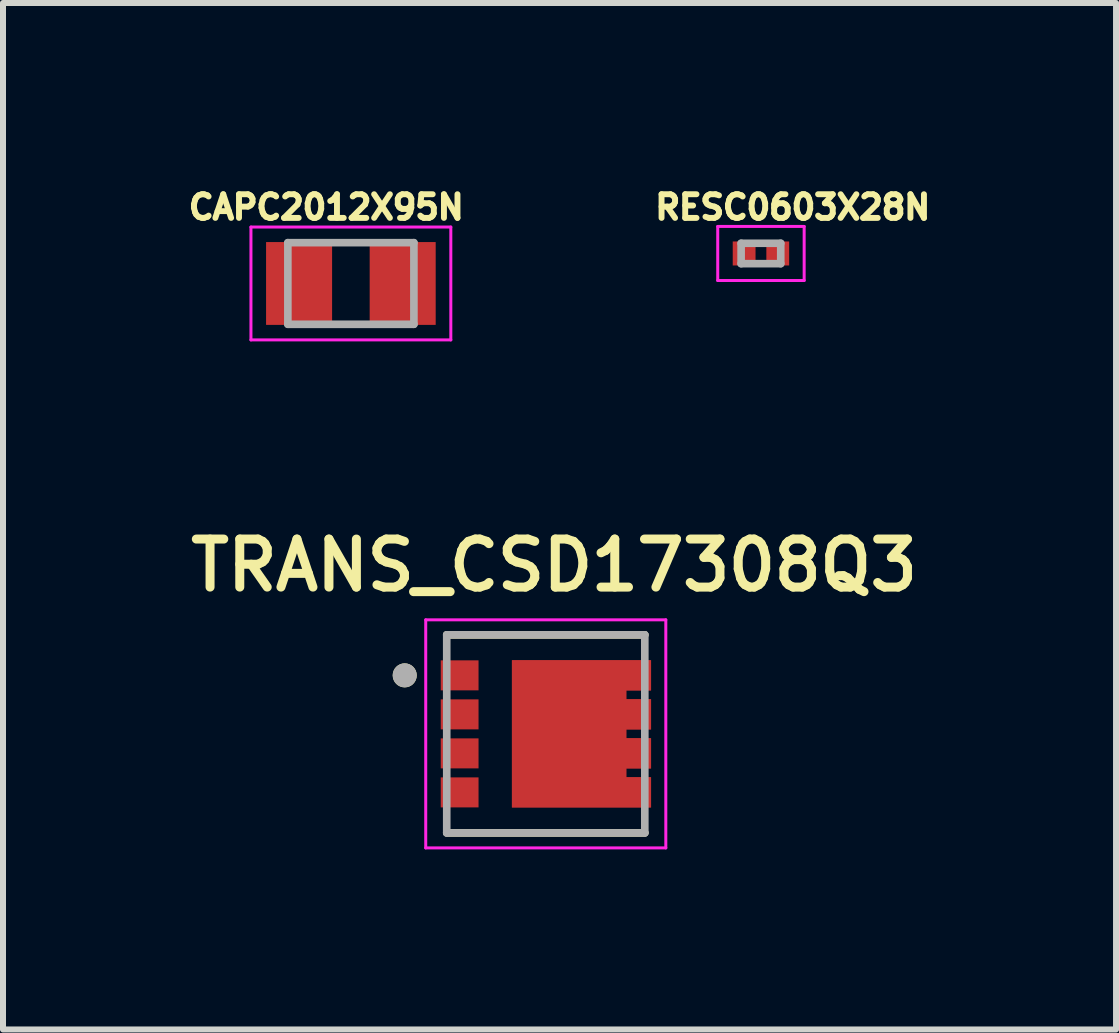
<source format=kicad_pcb>
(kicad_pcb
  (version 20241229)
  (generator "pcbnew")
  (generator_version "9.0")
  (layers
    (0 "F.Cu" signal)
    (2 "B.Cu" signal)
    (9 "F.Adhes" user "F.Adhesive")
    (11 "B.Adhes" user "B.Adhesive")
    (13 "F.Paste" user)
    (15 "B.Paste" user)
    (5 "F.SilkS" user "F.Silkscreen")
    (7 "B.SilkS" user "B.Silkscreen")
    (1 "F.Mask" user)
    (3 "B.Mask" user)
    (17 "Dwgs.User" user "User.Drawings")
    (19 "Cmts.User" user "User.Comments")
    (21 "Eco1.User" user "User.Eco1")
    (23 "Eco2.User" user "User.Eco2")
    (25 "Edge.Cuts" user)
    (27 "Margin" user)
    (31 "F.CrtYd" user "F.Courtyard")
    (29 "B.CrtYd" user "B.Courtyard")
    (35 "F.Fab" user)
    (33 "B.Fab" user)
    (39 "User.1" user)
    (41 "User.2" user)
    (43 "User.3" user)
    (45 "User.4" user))
  (footprint "CAPC2012X95N"
    (layer "F.Cu")
    (at 2.796 1.673)
    (property "Reference" "CAPC2012X95N" (at -0.41 -1.27 0) (layer "F.SilkS") (effects (font (size 0.394 0.394) (thickness 0.15))))
    (attr smd)
    (fp_line (start -1.665 -0.94) (end 1.665 -0.94) (stroke (width 0.05) (type solid)) (layer "F.CrtYd"))
    (fp_line (start -1.665 0.94) (end -1.665 -0.94) (stroke (width 0.05) (type solid)) (layer "F.CrtYd"))
    (fp_line (start -1.665 0.94) (end 1.665 0.94) (stroke (width 0.05) (type solid)) (layer "F.CrtYd"))
    (fp_line (start 1.665 0.94) (end 1.665 -0.94) (stroke (width 0.05) (type solid)) (layer "F.CrtYd"))
    (fp_line (start -1.05 0.68) (end -1.05 -0.68) (stroke (width 0.127) (type solid)) (layer "F.Fab"))
    (fp_line (start 1.05 -0.68) (end -1.05 -0.68) (stroke (width 0.127) (type solid)) (layer "F.Fab"))
    (fp_line (start 1.05 0.68) (end -1.05 0.68) (stroke (width 0.127) (type solid)) (layer "F.Fab"))
    (fp_line (start 1.05 0.68) (end 1.05 -0.68) (stroke (width 0.127) (type solid)) (layer "F.Fab"))
    (pad "1" smd rect (at -0.863 0) (size 1.1 1.38) (layers "F.Cu" "F.Mask" "F.Paste"))
    (pad "2" smd rect (at 0.863 0) (size 1.1 1.38) (layers "F.Cu" "F.Mask" "F.Paste")))
  (footprint "TRANS_CSD17308Q3"
    (layer "F.Cu")
    (at 6.043 9.177)
    (property "Reference" "TRANS_CSD17308Q3" (at 0.14 -2.808 0) (layer "F.SilkS") (effects (font (size 0.8 0.8) (thickness 0.15))))
    (attr smd)
    (fp_poly (pts (xy -1.8 -1.275) (xy -1.07 -1.275) (xy -1.07 -0.675) (xy -1.8 -0.675)) (stroke (width 0.01) (type solid)) (fill yes) (layer "F.Mask"))
    (fp_poly (pts (xy -1.8 -0.625) (xy -1.07 -0.625) (xy -1.07 -0.025) (xy -1.8 -0.025)) (stroke (width 0.01) (type solid)) (fill yes) (layer "F.Mask"))
    (fp_poly (pts (xy -1.8 0.025) (xy -1.07 0.025) (xy -1.07 0.625) (xy -1.8 0.625)) (stroke (width 0.01) (type solid)) (fill yes) (layer "F.Mask"))
    (fp_poly (pts (xy -1.8 0.675) (xy -1.07 0.675) (xy -1.07 1.275) (xy -1.8 1.275)) (stroke (width 0.01) (type solid)) (fill yes) (layer "F.Mask"))
    (fp_poly (pts (xy 1.8 -1.275) (xy 1.8 -0.675) (xy 1.39 -0.675) (xy 1.39 -0.625) (xy 1.8 -0.625) (xy 1.8 -0.025) (xy 1.39 -0.025) (xy 1.39 0.025) (xy 1.8 0.025) (xy 1.8 0.625) (xy 1.39 0.625) (xy 1.39 0.675) (xy 1.8 0.675) (xy 1.8 1.275) (xy -0.61 1.275) (xy -0.61 -1.275)) (stroke (width 0.01) (type solid)) (fill yes) (layer "F.Mask"))
    (fp_line (start -1.65 -1.65) (end 1.65 -1.65) (stroke (width 0.127) (type solid)) (layer "F.SilkS"))
    (fp_line (start -1.65 1.65) (end 1.65 1.65) (stroke (width 0.127) (type solid)) (layer "F.SilkS"))
    (fp_circle (center -2.35 -0.975) (end -2.25 -0.975) (stroke (width 0.2) (type solid)) (fill no) (layer "F.SilkS"))
    (fp_poly (pts (xy -1.66 -1.145) (xy -1.21 -1.145) (xy -1.21 -0.805) (xy -1.66 -0.805)) (stroke (width 0.01) (type solid)) (fill yes) (layer "F.Paste"))
    (fp_poly (pts (xy -1.66 -0.495) (xy -1.21 -0.495) (xy -1.21 -0.155) (xy -1.66 -0.155)) (stroke (width 0.01) (type solid)) (fill yes) (layer "F.Paste"))
    (fp_poly (pts (xy -1.66 0.155) (xy -1.21 0.155) (xy -1.21 0.495) (xy -1.66 0.495)) (stroke (width 0.01) (type solid)) (fill yes) (layer "F.Paste"))
    (fp_poly (pts (xy -1.66 0.805) (xy -1.21 0.805) (xy -1.21 1.145) (xy -1.66 1.145)) (stroke (width 0.01) (type solid)) (fill yes) (layer "F.Paste"))
    (fp_poly (pts (xy -0.46 -1.145) (xy 0.985 -1.145) (xy 0.985 -0.125) (xy -0.46 -0.125)) (stroke (width 0.01) (type solid)) (fill yes) (layer "F.Paste"))
    (fp_poly (pts (xy -0.46 0.125) (xy 0.985 0.125) (xy 0.985 1.145) (xy -0.46 1.145)) (stroke (width 0.01) (type solid)) (fill yes) (layer "F.Paste"))
    (fp_poly (pts (xy 1.21 -1.145) (xy 1.66 -1.145) (xy 1.66 -0.805) (xy 1.21 -0.805)) (stroke (width 0.01) (type solid)) (fill yes) (layer "F.Paste"))
    (fp_poly (pts (xy 1.21 -0.495) (xy 1.66 -0.495) (xy 1.66 -0.155) (xy 1.21 -0.155)) (stroke (width 0.01) (type solid)) (fill yes) (layer "F.Paste"))
    (fp_poly (pts (xy 1.21 0.155) (xy 1.66 0.155) (xy 1.66 0.495) (xy 1.21 0.495)) (stroke (width 0.01) (type solid)) (fill yes) (layer "F.Paste"))
    (fp_poly (pts (xy 1.21 0.805) (xy 1.66 0.805) (xy 1.66 1.145) (xy 1.21 1.145)) (stroke (width 0.01) (type solid)) (fill yes) (layer "F.Paste"))
    (fp_line (start -2 -1.9) (end 2 -1.9) (stroke (width 0.05) (type solid)) (layer "F.CrtYd"))
    (fp_line (start -2 1.9) (end -2 -1.9) (stroke (width 0.05) (type solid)) (layer "F.CrtYd"))
    (fp_line (start 2 -1.9) (end 2 1.9) (stroke (width 0.05) (type solid)) (layer "F.CrtYd"))
    (fp_line (start 2 1.9) (end -2 1.9) (stroke (width 0.05) (type solid)) (layer "F.CrtYd"))
    (fp_line (start -1.65 -1.65) (end 1.65 -1.65) (stroke (width 0.127) (type solid)) (layer "F.Fab"))
    (fp_line (start -1.65 1.65) (end -1.65 -1.65) (stroke (width 0.127) (type solid)) (layer "F.Fab"))
    (fp_line (start 1.65 -1.65) (end 1.65 1.65) (stroke (width 0.127) (type solid)) (layer "F.Fab"))
    (fp_line (start 1.65 1.65) (end -1.65 1.65) (stroke (width 0.127) (type solid)) (layer "F.Fab"))
    (fp_circle (center -2.35 -0.975) (end -2.25 -0.975) (stroke (width 0.2) (type solid)) (fill no) (layer "F.Fab"))
    (pad "1" smd rect (at -1.435 -0.975) (size 0.63 0.5) (layers "F.Cu"))
    (pad "2" smd rect (at -1.435 -0.325) (size 0.63 0.5) (layers "F.Cu"))
    (pad "3" smd rect (at -1.435 0.325) (size 0.63 0.5) (layers "F.Cu"))
    (pad "4" smd rect (at -1.435 0.975) (size 0.63 0.5) (layers "F.Cu"))
    (pad "5_6_7_8" smd custom (at 0 0) (size 0.63 0.5) (layers "F.Cu") (options (anchor rect)) (primitives (gr_poly (pts (xy 1.75 -1.225) (xy 1.75 -0.725) (xy 1.34 -0.725) (xy 1.34 -0.575) (xy 1.75 -0.575) (xy 1.75 -0.075) (xy 1.34 -0.075) (xy 1.34 0.075) (xy 1.75 0.075) (xy 1.75 0.575) (xy 1.34 0.575) (xy 1.34 0.725) (xy 1.75 0.725) (xy 1.75 1.225) (xy -0.56 1.225) (xy -0.56 -1.225)) (width 0.01) (fill yes)))))
  (footprint "RESC0603X28N"
    (layer "F.Cu")
    (at 9.628 1.173)
    (property "Reference" "RESC0603X28N" (at 0.53 -0.77 0) (layer "F.SilkS") (effects (font (size 0.394 0.394) (thickness 0.15))))
    (attr smd)
    (fp_line (start -0.72 -0.45) (end 0.72 -0.45) (stroke (width 0.05) (type solid)) (layer "F.CrtYd"))
    (fp_line (start -0.72 0.45) (end -0.72 -0.45) (stroke (width 0.05) (type solid)) (layer "F.CrtYd"))
    (fp_line (start -0.72 0.45) (end 0.72 0.45) (stroke (width 0.05) (type solid)) (layer "F.CrtYd"))
    (fp_line (start 0.72 0.45) (end 0.72 -0.45) (stroke (width 0.05) (type solid)) (layer "F.CrtYd"))
    (fp_line (start -0.33 0.17) (end -0.33 -0.17) (stroke (width 0.127) (type solid)) (layer "F.Fab"))
    (fp_line (start 0.33 -0.17) (end -0.33 -0.17) (stroke (width 0.127) (type solid)) (layer "F.Fab"))
    (fp_line (start 0.33 0.17) (end -0.33 0.17) (stroke (width 0.127) (type solid)) (layer "F.Fab"))
    (fp_line (start 0.33 0.17) (end 0.33 -0.17) (stroke (width 0.127) (type solid)) (layer "F.Fab"))
    (pad "1" smd rect (at -0.28 0) (size 0.38 0.4) (layers "F.Cu" "F.Mask" "F.Paste"))
    (pad "2" smd rect (at 0.28 0) (size 0.38 0.4) (layers "F.Cu" "F.Mask" "F.Paste")))
  (gr_rect
    (start -3 -3)
    (end 15.544 14.102)
    (stroke (width 0.1) (type default))
    (fill no)
    (layer "Edge.Cuts")))
</source>
